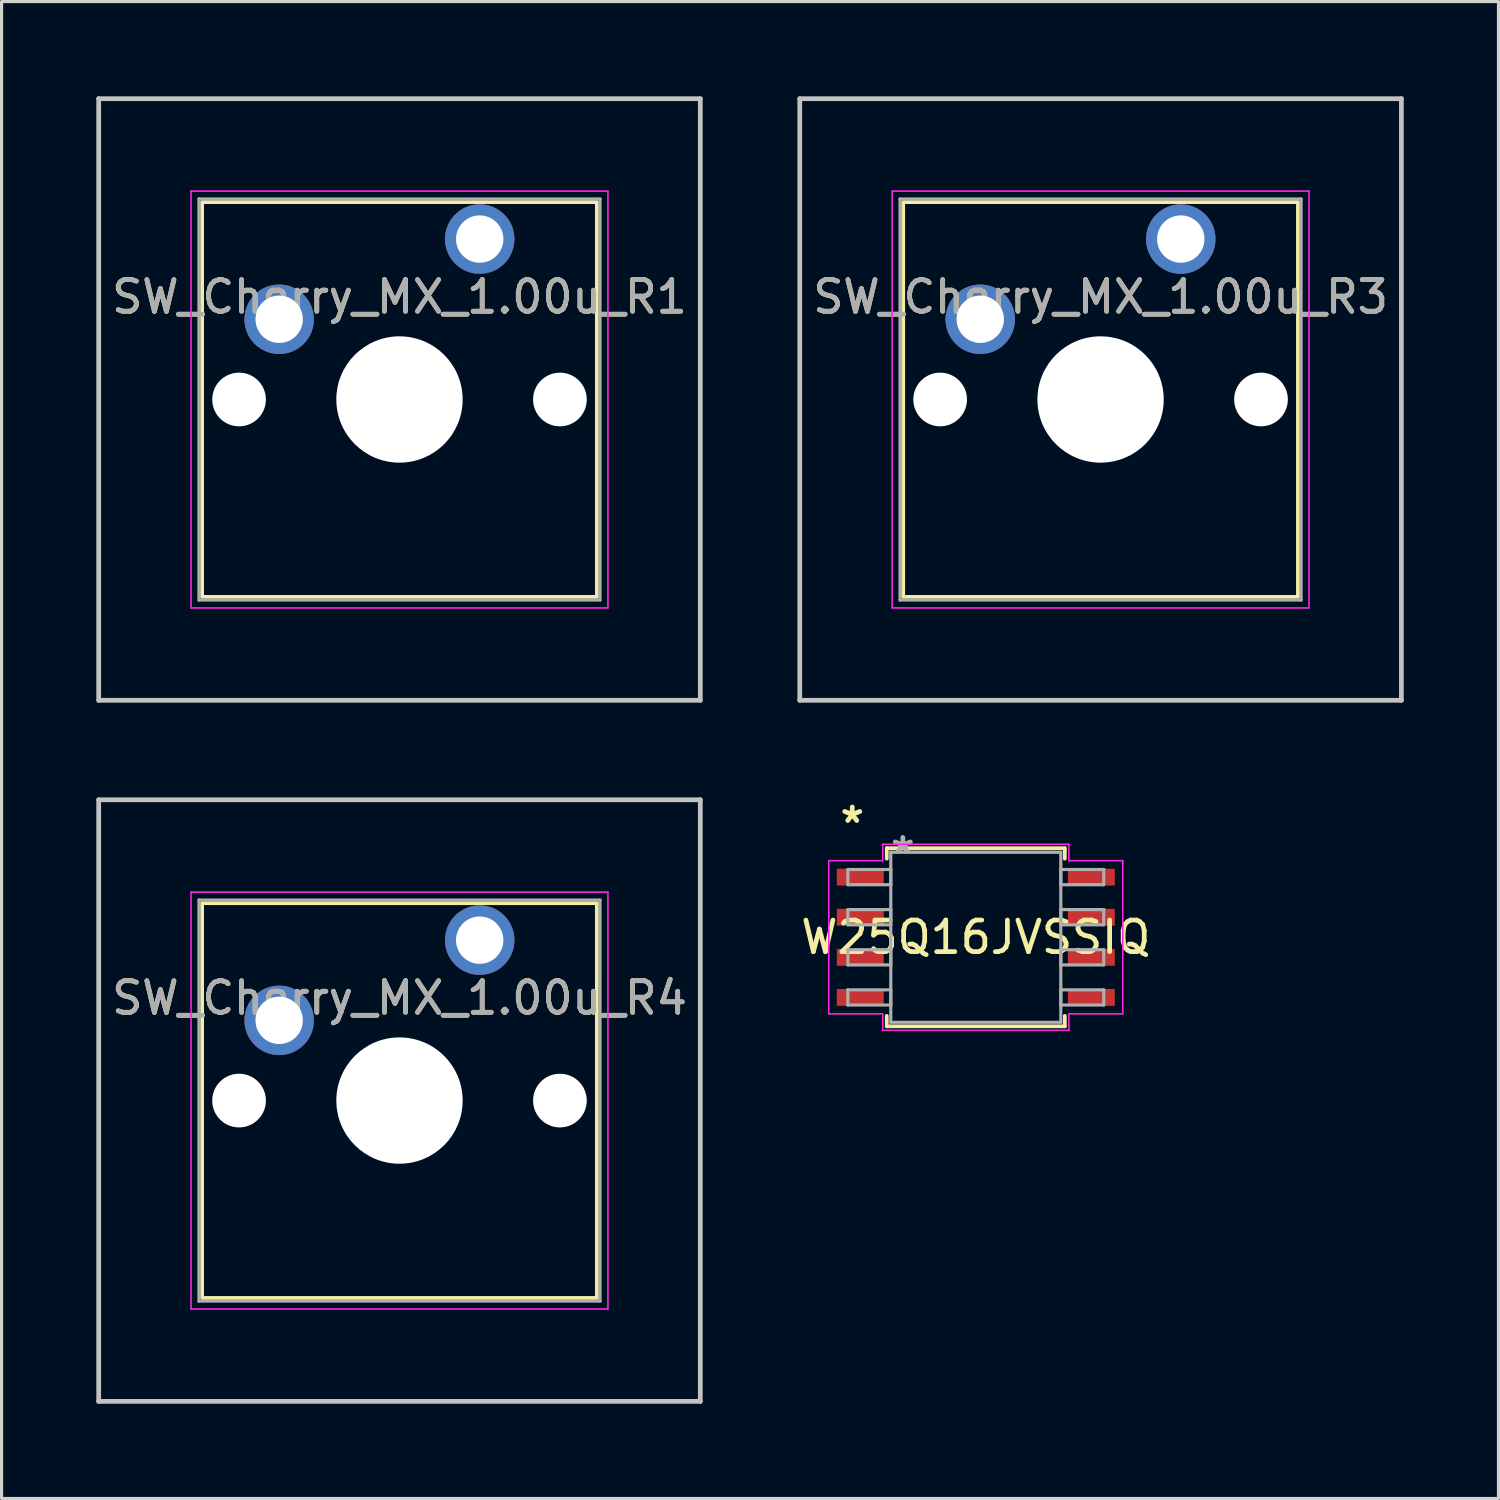
<source format=kicad_pcb>
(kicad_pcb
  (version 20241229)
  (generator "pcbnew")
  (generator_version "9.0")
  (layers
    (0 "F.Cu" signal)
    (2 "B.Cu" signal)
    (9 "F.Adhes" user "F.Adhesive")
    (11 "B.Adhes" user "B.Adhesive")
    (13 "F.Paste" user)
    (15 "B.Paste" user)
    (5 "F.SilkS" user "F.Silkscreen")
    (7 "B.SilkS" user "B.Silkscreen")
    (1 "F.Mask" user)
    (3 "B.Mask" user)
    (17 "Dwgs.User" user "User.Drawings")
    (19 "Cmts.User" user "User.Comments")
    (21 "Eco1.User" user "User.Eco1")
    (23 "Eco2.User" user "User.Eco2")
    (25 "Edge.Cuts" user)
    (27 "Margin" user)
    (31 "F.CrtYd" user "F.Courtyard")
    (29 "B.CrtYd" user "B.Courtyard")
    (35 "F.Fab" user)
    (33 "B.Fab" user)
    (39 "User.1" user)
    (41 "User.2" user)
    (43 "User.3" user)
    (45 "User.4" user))
  (footprint "SW_Cherry_MX_1.00u_R4"
    (layer "F.Cu")
    (at 9.6 31.8)
    (property "Reference" "SW_Cherry_MX_1.00u_R4" (at 0 -3.25 0) (layer "F.SilkS") (effects (font (size 1 1) (thickness 0.15))))
    (attr through_hole)
    (fp_rect (start 6.25 6.25) (end -6.25 -6.25) (stroke (width 0.12) (type solid)) (fill no) (layer "F.SilkS"))
    (fp_line (start -9.525 -9.525) (end 9.525 -9.525) (stroke (width 0.15) (type solid)) (layer "Dwgs.User"))
    (fp_line (start -9.525 9.525) (end -9.525 -9.525) (stroke (width 0.15) (type solid)) (layer "Dwgs.User"))
    (fp_line (start 9.525 -9.525) (end 9.525 9.525) (stroke (width 0.15) (type solid)) (layer "Dwgs.User"))
    (fp_line (start 9.525 9.525) (end -9.525 9.525) (stroke (width 0.15) (type solid)) (layer "Dwgs.User"))
    (fp_line (start -6.6 -6.6) (end 6.6 -6.6) (stroke (width 0.05) (type solid)) (layer "F.CrtYd"))
    (fp_line (start -6.6 6.6) (end -6.6 -6.6) (stroke (width 0.05) (type solid)) (layer "F.CrtYd"))
    (fp_line (start 6.6 -6.6) (end 6.6 6.6) (stroke (width 0.05) (type solid)) (layer "F.CrtYd"))
    (fp_line (start 6.6 6.6) (end -6.6 6.6) (stroke (width 0.05) (type solid)) (layer "F.CrtYd"))
    (fp_line (start -6.35 -6.35) (end 6.35 -6.35) (stroke (width 0.1) (type solid)) (layer "F.Fab"))
    (fp_line (start -6.35 6.35) (end -6.35 -6.35) (stroke (width 0.1) (type solid)) (layer "F.Fab"))
    (fp_line (start 6.35 -6.35) (end 6.35 6.35) (stroke (width 0.1) (type solid)) (layer "F.Fab"))
    (fp_line (start 6.35 6.35) (end -6.35 6.35) (stroke (width 0.1) (type solid)) (layer "F.Fab"))
    (fp_text user "${REFERENCE}" (at 0 -3.25 0) (layer "F.Fab") (effects (font (size 1 1) (thickness 0.15))))
    (pad "" np_thru_hole circle (at -5.08 0) (size 1.7 1.7) (drill 1.7) (layers "*.Cu" "*.Mask"))
    (pad "" np_thru_hole circle (at 0 0) (size 4 4) (drill 4) (layers "*.Cu" "*.Mask"))
    (pad "" np_thru_hole circle (at 5.08 0) (size 1.7 1.7) (drill 1.7) (layers "*.Cu" "*.Mask"))
    (pad "1" thru_hole circle (at 2.54 -5.08) (size 2.2 2.2) (drill 1.5) (layers "*.Cu" "*.Mask"))
    (pad "2" thru_hole circle (at -3.81 -2.54) (size 2.2 2.2) (drill 1.5) (layers "*.Cu" "*.Mask")))
  (footprint "SW_Cherry_MX_1.00u_R3"
    (layer "F.Cu")
    (at 31.8 9.6)
    (property "Reference" "SW_Cherry_MX_1.00u_R3" (at 0 -3.25 0) (layer "F.SilkS") (effects (font (size 1 1) (thickness 0.15))))
    (attr through_hole)
    (fp_rect (start 6.25 6.25) (end -6.25 -6.25) (stroke (width 0.12) (type solid)) (fill no) (layer "F.SilkS"))
    (fp_line (start -9.525 -9.525) (end 9.525 -9.525) (stroke (width 0.15) (type solid)) (layer "Dwgs.User"))
    (fp_line (start -9.525 9.525) (end -9.525 -9.525) (stroke (width 0.15) (type solid)) (layer "Dwgs.User"))
    (fp_line (start 9.525 -9.525) (end 9.525 9.525) (stroke (width 0.15) (type solid)) (layer "Dwgs.User"))
    (fp_line (start 9.525 9.525) (end -9.525 9.525) (stroke (width 0.15) (type solid)) (layer "Dwgs.User"))
    (fp_line (start -6.6 -6.6) (end 6.6 -6.6) (stroke (width 0.05) (type solid)) (layer "F.CrtYd"))
    (fp_line (start -6.6 6.6) (end -6.6 -6.6) (stroke (width 0.05) (type solid)) (layer "F.CrtYd"))
    (fp_line (start 6.6 -6.6) (end 6.6 6.6) (stroke (width 0.05) (type solid)) (layer "F.CrtYd"))
    (fp_line (start 6.6 6.6) (end -6.6 6.6) (stroke (width 0.05) (type solid)) (layer "F.CrtYd"))
    (fp_line (start -6.35 -6.35) (end 6.35 -6.35) (stroke (width 0.1) (type solid)) (layer "F.Fab"))
    (fp_line (start -6.35 6.35) (end -6.35 -6.35) (stroke (width 0.1) (type solid)) (layer "F.Fab"))
    (fp_line (start 6.35 -6.35) (end 6.35 6.35) (stroke (width 0.1) (type solid)) (layer "F.Fab"))
    (fp_line (start 6.35 6.35) (end -6.35 6.35) (stroke (width 0.1) (type solid)) (layer "F.Fab"))
    (fp_text user "${REFERENCE}" (at 0 -3.25 0) (layer "F.Fab") (effects (font (size 1 1) (thickness 0.15))))
    (pad "" np_thru_hole circle (at -5.08 0) (size 1.7 1.7) (drill 1.7) (layers "*.Cu" "*.Mask"))
    (pad "" np_thru_hole circle (at 0 0) (size 4 4) (drill 4) (layers "*.Cu" "*.Mask"))
    (pad "" np_thru_hole circle (at 5.08 0) (size 1.7 1.7) (drill 1.7) (layers "*.Cu" "*.Mask"))
    (pad "1" thru_hole circle (at 2.54 -5.08) (size 2.2 2.2) (drill 1.5) (layers "*.Cu" "*.Mask"))
    (pad "2" thru_hole circle (at -3.81 -2.54) (size 2.2 2.2) (drill 1.5) (layers "*.Cu" "*.Mask")))
  (footprint "SW_Cherry_MX_1.00u_R1"
    (layer "F.Cu")
    (at 9.6 9.6)
    (property "Reference" "SW_Cherry_MX_1.00u_R1" (at 0 -3.25 0) (layer "F.SilkS") (effects (font (size 1 1) (thickness 0.15))))
    (attr through_hole)
    (fp_rect (start 6.25 6.25) (end -6.25 -6.25) (stroke (width 0.12) (type solid)) (fill no) (layer "F.SilkS"))
    (fp_line (start -9.525 -9.525) (end 9.525 -9.525) (stroke (width 0.15) (type solid)) (layer "Dwgs.User"))
    (fp_line (start -9.525 9.525) (end -9.525 -9.525) (stroke (width 0.15) (type solid)) (layer "Dwgs.User"))
    (fp_line (start 9.525 -9.525) (end 9.525 9.525) (stroke (width 0.15) (type solid)) (layer "Dwgs.User"))
    (fp_line (start 9.525 9.525) (end -9.525 9.525) (stroke (width 0.15) (type solid)) (layer "Dwgs.User"))
    (fp_line (start -6.6 -6.6) (end 6.6 -6.6) (stroke (width 0.05) (type solid)) (layer "F.CrtYd"))
    (fp_line (start -6.6 6.6) (end -6.6 -6.6) (stroke (width 0.05) (type solid)) (layer "F.CrtYd"))
    (fp_line (start 6.6 -6.6) (end 6.6 6.6) (stroke (width 0.05) (type solid)) (layer "F.CrtYd"))
    (fp_line (start 6.6 6.6) (end -6.6 6.6) (stroke (width 0.05) (type solid)) (layer "F.CrtYd"))
    (fp_line (start -6.35 -6.35) (end 6.35 -6.35) (stroke (width 0.1) (type solid)) (layer "F.Fab"))
    (fp_line (start -6.35 6.35) (end -6.35 -6.35) (stroke (width 0.1) (type solid)) (layer "F.Fab"))
    (fp_line (start 6.35 -6.35) (end 6.35 6.35) (stroke (width 0.1) (type solid)) (layer "F.Fab"))
    (fp_line (start 6.35 6.35) (end -6.35 6.35) (stroke (width 0.1) (type solid)) (layer "F.Fab"))
    (fp_text user "${REFERENCE}" (at 0 -3.25 0) (layer "F.Fab") (effects (font (size 1 1) (thickness 0.15))))
    (pad "" np_thru_hole circle (at -5.08 0) (size 1.7 1.7) (drill 1.7) (layers "*.Cu" "*.Mask"))
    (pad "" np_thru_hole circle (at 0 0) (size 4 4) (drill 4) (layers "*.Cu" "*.Mask"))
    (pad "" np_thru_hole circle (at 5.08 0) (size 1.7 1.7) (drill 1.7) (layers "*.Cu" "*.Mask"))
    (pad "1" thru_hole circle (at 2.54 -5.08) (size 2.2 2.2) (drill 1.5) (layers "*.Cu" "*.Mask"))
    (pad "2" thru_hole circle (at -3.81 -2.54) (size 2.2 2.2) (drill 1.5) (layers "*.Cu" "*.Mask")))
  (footprint "W25Q16JVSSIQ"
    (layer "F.Cu")
    (at 27.849 26.629)
    (property "Reference" "W25Q16JVSSIQ" (at 0 0 0) (layer "F.SilkS") (effects (font (size 1 1) (thickness 0.15))))
    (attr smd)
    (fp_line (start -2.819 -2.819) (end -2.819 -2.49) (stroke (width 0.12) (type solid)) (layer "F.SilkS"))
    (fp_line (start -2.819 2.49) (end -2.819 2.819) (stroke (width 0.12) (type solid)) (layer "F.SilkS"))
    (fp_line (start -2.819 2.819) (end 2.819 2.819) (stroke (width 0.12) (type solid)) (layer "F.SilkS"))
    (fp_line (start 2.819 -2.819) (end -2.819 -2.819) (stroke (width 0.12) (type solid)) (layer "F.SilkS"))
    (fp_line (start 2.819 -2.49) (end 2.819 -2.819) (stroke (width 0.12) (type solid)) (layer "F.SilkS"))
    (fp_line (start 2.819 2.819) (end 2.819 2.49) (stroke (width 0.12) (type solid)) (layer "F.SilkS"))
    (fp_line (start -4.655 -2.425) (end -2.946 -2.425) (stroke (width 0.05) (type solid)) (layer "F.CrtYd"))
    (fp_line (start -4.655 2.425) (end -4.655 -2.425) (stroke (width 0.05) (type solid)) (layer "F.CrtYd"))
    (fp_line (start -4.655 2.425) (end -2.946 2.425) (stroke (width 0.05) (type solid)) (layer "F.CrtYd"))
    (fp_line (start -2.946 -2.946) (end 2.946 -2.946) (stroke (width 0.05) (type solid)) (layer "F.CrtYd"))
    (fp_line (start -2.946 -2.425) (end -2.946 -2.946) (stroke (width 0.05) (type solid)) (layer "F.CrtYd"))
    (fp_line (start -2.946 2.946) (end -2.946 2.425) (stroke (width 0.05) (type solid)) (layer "F.CrtYd"))
    (fp_line (start 2.946 -2.946) (end 2.946 -2.425) (stroke (width 0.05) (type solid)) (layer "F.CrtYd"))
    (fp_line (start 2.946 -2.425) (end 4.655 -2.425) (stroke (width 0.05) (type solid)) (layer "F.CrtYd"))
    (fp_line (start 2.946 2.425) (end 2.946 2.946) (stroke (width 0.05) (type solid)) (layer "F.CrtYd"))
    (fp_line (start 2.946 2.946) (end -2.946 2.946) (stroke (width 0.05) (type solid)) (layer "F.CrtYd"))
    (fp_line (start 4.655 -2.425) (end 4.655 2.425) (stroke (width 0.05) (type solid)) (layer "F.CrtYd"))
    (fp_line (start 4.655 2.425) (end 2.946 2.425) (stroke (width 0.05) (type solid)) (layer "F.CrtYd"))
    (fp_line (start -4.051 -2.146) (end -4.051 -1.664) (stroke (width 0.1) (type solid)) (layer "F.Fab"))
    (fp_line (start -4.051 -1.664) (end -2.692 -1.664) (stroke (width 0.1) (type solid)) (layer "F.Fab"))
    (fp_line (start -4.051 -0.876) (end -4.051 -0.394) (stroke (width 0.1) (type solid)) (layer "F.Fab"))
    (fp_line (start -4.051 -0.394) (end -2.692 -0.394) (stroke (width 0.1) (type solid)) (layer "F.Fab"))
    (fp_line (start -4.051 0.394) (end -4.051 0.876) (stroke (width 0.1) (type solid)) (layer "F.Fab"))
    (fp_line (start -4.051 0.876) (end -2.692 0.876) (stroke (width 0.1) (type solid)) (layer "F.Fab"))
    (fp_line (start -4.051 1.664) (end -4.051 2.146) (stroke (width 0.1) (type solid)) (layer "F.Fab"))
    (fp_line (start -4.051 2.146) (end -2.692 2.146) (stroke (width 0.1) (type solid)) (layer "F.Fab"))
    (fp_line (start -2.692 -2.692) (end -2.692 2.692) (stroke (width 0.1) (type solid)) (layer "F.Fab"))
    (fp_line (start -2.692 -2.146) (end -4.051 -2.146) (stroke (width 0.1) (type solid)) (layer "F.Fab"))
    (fp_line (start -2.692 -1.664) (end -2.692 -2.146) (stroke (width 0.1) (type solid)) (layer "F.Fab"))
    (fp_line (start -2.692 -0.876) (end -4.051 -0.876) (stroke (width 0.1) (type solid)) (layer "F.Fab"))
    (fp_line (start -2.692 -0.394) (end -2.692 -0.876) (stroke (width 0.1) (type solid)) (layer "F.Fab"))
    (fp_line (start -2.692 0.394) (end -4.051 0.394) (stroke (width 0.1) (type solid)) (layer "F.Fab"))
    (fp_line (start -2.692 0.876) (end -2.692 0.394) (stroke (width 0.1) (type solid)) (layer "F.Fab"))
    (fp_line (start -2.692 1.664) (end -4.051 1.664) (stroke (width 0.1) (type solid)) (layer "F.Fab"))
    (fp_line (start -2.692 2.146) (end -2.692 1.664) (stroke (width 0.1) (type solid)) (layer "F.Fab"))
    (fp_line (start -2.692 2.692) (end 2.692 2.692) (stroke (width 0.1) (type solid)) (layer "F.Fab"))
    (fp_line (start 2.692 -2.692) (end -2.692 -2.692) (stroke (width 0.1) (type solid)) (layer "F.Fab"))
    (fp_line (start 2.692 -2.146) (end 2.692 -1.664) (stroke (width 0.1) (type solid)) (layer "F.Fab"))
    (fp_line (start 2.692 -1.664) (end 4.051 -1.664) (stroke (width 0.1) (type solid)) (layer "F.Fab"))
    (fp_line (start 2.692 -0.876) (end 2.692 -0.394) (stroke (width 0.1) (type solid)) (layer "F.Fab"))
    (fp_line (start 2.692 -0.394) (end 4.051 -0.394) (stroke (width 0.1) (type solid)) (layer "F.Fab"))
    (fp_line (start 2.692 0.394) (end 2.692 0.876) (stroke (width 0.1) (type solid)) (layer "F.Fab"))
    (fp_line (start 2.692 0.876) (end 4.051 0.876) (stroke (width 0.1) (type solid)) (layer "F.Fab"))
    (fp_line (start 2.692 1.664) (end 2.692 2.146) (stroke (width 0.1) (type solid)) (layer "F.Fab"))
    (fp_line (start 2.692 2.146) (end 4.051 2.146) (stroke (width 0.1) (type solid)) (layer "F.Fab"))
    (fp_line (start 2.692 2.692) (end 2.692 -2.692) (stroke (width 0.1) (type solid)) (layer "F.Fab"))
    (fp_line (start 4.051 -2.146) (end 2.692 -2.146) (stroke (width 0.1) (type solid)) (layer "F.Fab"))
    (fp_line (start 4.051 -1.664) (end 4.051 -2.146) (stroke (width 0.1) (type solid)) (layer "F.Fab"))
    (fp_line (start 4.051 -0.876) (end 2.692 -0.876) (stroke (width 0.1) (type solid)) (layer "F.Fab"))
    (fp_line (start 4.051 -0.394) (end 4.051 -0.876) (stroke (width 0.1) (type solid)) (layer "F.Fab"))
    (fp_line (start 4.051 0.394) (end 2.692 0.394) (stroke (width 0.1) (type solid)) (layer "F.Fab"))
    (fp_line (start 4.051 0.876) (end 4.051 0.394) (stroke (width 0.1) (type solid)) (layer "F.Fab"))
    (fp_line (start 4.051 1.664) (end 2.692 1.664) (stroke (width 0.1) (type solid)) (layer "F.Fab"))
    (fp_line (start 4.051 2.146) (end 4.051 1.664) (stroke (width 0.1) (type solid)) (layer "F.Fab"))
    (fp_text user "*" (at -3.912 -3.581 0) (layer "F.SilkS") (effects (font (size 1 1) (thickness 0.15))))
    (fp_text user "*" (at -2.311 -2.616 0) (layer "F.Fab") (effects (font (size 1 1) (thickness 0.15))))
    (pad "1" smd rect (at -3.658 -1.905) (size 1.487 0.533) (layers "F.Cu" "F.Mask" "F.Paste"))
    (pad "2" smd rect (at -3.658 -0.635) (size 1.487 0.533) (layers "F.Cu" "F.Mask" "F.Paste"))
    (pad "3" smd rect (at -3.658 0.635) (size 1.487 0.533) (layers "F.Cu" "F.Mask" "F.Paste"))
    (pad "4" smd rect (at -3.658 1.905) (size 1.487 0.533) (layers "F.Cu" "F.Mask" "F.Paste"))
    (pad "5" smd rect (at 3.658 1.905) (size 1.487 0.533) (layers "F.Cu" "F.Mask" "F.Paste"))
    (pad "6" smd rect (at 3.658 0.635) (size 1.487 0.533) (layers "F.Cu" "F.Mask" "F.Paste"))
    (pad "7" smd rect (at 3.658 -0.635) (size 1.487 0.533) (layers "F.Cu" "F.Mask" "F.Paste"))
    (pad "8" smd rect (at 3.658 -1.905) (size 1.487 0.533) (layers "F.Cu" "F.Mask" "F.Paste")))
  (gr_rect
    (start -3 -3)
    (end 44.4 44.4)
    (stroke (width 0.1) (type default))
    (fill no)
    (layer "Edge.Cuts")))
</source>
